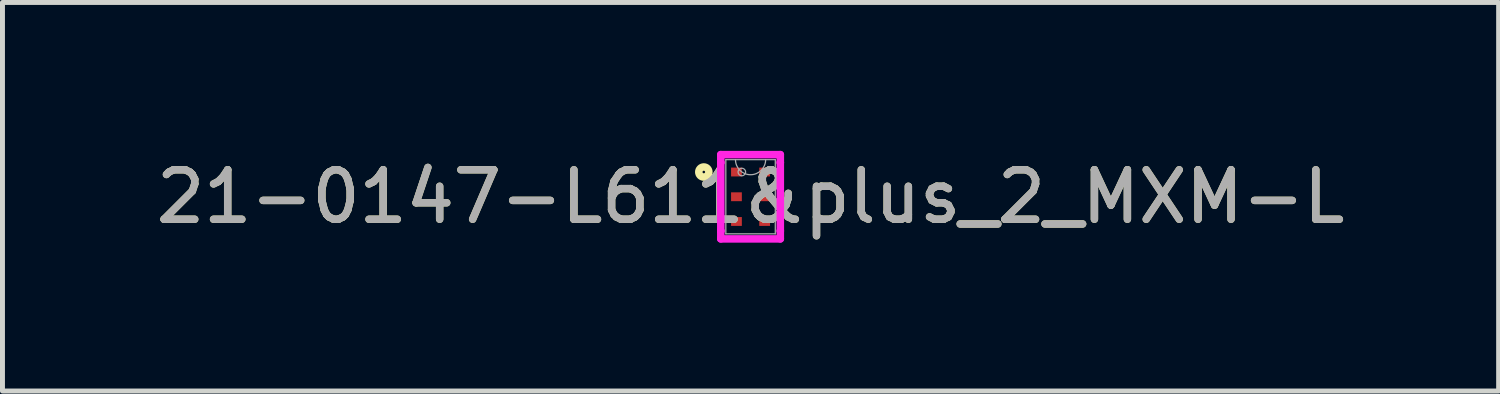
<source format=kicad_pcb>
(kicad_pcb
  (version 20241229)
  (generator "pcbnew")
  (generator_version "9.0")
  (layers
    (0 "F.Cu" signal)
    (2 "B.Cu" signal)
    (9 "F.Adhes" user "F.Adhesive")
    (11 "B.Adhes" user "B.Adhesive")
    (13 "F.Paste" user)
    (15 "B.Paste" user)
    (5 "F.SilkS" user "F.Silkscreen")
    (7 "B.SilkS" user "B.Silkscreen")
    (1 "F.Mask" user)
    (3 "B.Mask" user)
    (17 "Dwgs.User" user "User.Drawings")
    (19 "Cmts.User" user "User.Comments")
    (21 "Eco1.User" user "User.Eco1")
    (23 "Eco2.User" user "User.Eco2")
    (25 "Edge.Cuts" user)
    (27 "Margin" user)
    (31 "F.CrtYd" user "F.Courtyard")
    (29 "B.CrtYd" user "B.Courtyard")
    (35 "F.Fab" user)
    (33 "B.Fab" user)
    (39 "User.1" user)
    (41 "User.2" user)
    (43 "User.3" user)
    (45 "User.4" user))
  (footprint "21-0147-L611&plus_2_MXM-L"
    (layer "F.Cu")
    (at 12.125 0.928)
    (property "Reference" "21-0147-L611&plus_2_MXM-L" (at 0 0 0) (unlocked yes) (layer "F.SilkS") (effects (font (size 1 1) (thickness 0.15))))
    (attr smd)
    (fp_circle (center -0.945 -0.5) (end -0.843 -0.5) (stroke (width 0.152) (type solid)) (fill no) (layer "F.SilkS"))
    (fp_line (start -0.602 -0.852) (end 0.602 -0.852) (stroke (width 0.152) (type solid)) (layer "F.CrtYd"))
    (fp_line (start -0.602 -0.691) (end -0.602 -0.852) (stroke (width 0.152) (type solid)) (layer "F.CrtYd"))
    (fp_line (start -0.602 -0.691) (end -0.602 -0.691) (stroke (width 0.152) (type solid)) (layer "F.CrtYd"))
    (fp_line (start -0.602 0.691) (end -0.602 -0.691) (stroke (width 0.152) (type solid)) (layer "F.CrtYd"))
    (fp_line (start -0.602 0.691) (end -0.602 0.691) (stroke (width 0.152) (type solid)) (layer "F.CrtYd"))
    (fp_line (start -0.602 0.852) (end -0.602 0.691) (stroke (width 0.152) (type solid)) (layer "F.CrtYd"))
    (fp_line (start 0.602 -0.852) (end 0.602 -0.691) (stroke (width 0.152) (type solid)) (layer "F.CrtYd"))
    (fp_line (start 0.602 -0.691) (end 0.602 -0.691) (stroke (width 0.152) (type solid)) (layer "F.CrtYd"))
    (fp_line (start 0.602 -0.691) (end 0.602 0.691) (stroke (width 0.152) (type solid)) (layer "F.CrtYd"))
    (fp_line (start 0.602 0.691) (end 0.602 0.691) (stroke (width 0.152) (type solid)) (layer "F.CrtYd"))
    (fp_line (start 0.602 0.691) (end 0.602 0.852) (stroke (width 0.152) (type solid)) (layer "F.CrtYd"))
    (fp_line (start 0.602 0.852) (end -0.602 0.852) (stroke (width 0.152) (type solid)) (layer "F.CrtYd"))
    (fp_line (start -0.5 -0.75) (end -0.5 0.75) (stroke (width 0.025) (type solid)) (layer "F.Fab"))
    (fp_line (start -0.5 0.75) (end 0.5 0.75) (stroke (width 0.025) (type solid)) (layer "F.Fab"))
    (fp_line (start 0.5 -0.75) (end -0.5 -0.75) (stroke (width 0.025) (type solid)) (layer "F.Fab"))
    (fp_line (start 0.5 0.75) (end 0.5 -0.75) (stroke (width 0.025) (type solid)) (layer "F.Fab"))
    (fp_arc (start 0.3048 -0.75) (mid 0 -0.4452) (end -0.3048 -0.75) (stroke (width 0.0254) (type solid)) (layer "F.Fab"))
    (fp_circle (center -0.176 -0.5) (end -0.1 -0.5) (stroke (width 0.025) (type solid)) (fill no) (layer "F.Fab"))
    (fp_text user "${REFERENCE}" (at 0 0 0) (unlocked yes) (layer "F.Fab") (effects (font (size 1 1) (thickness 0.15))))
    (pad "1" smd rect (at -0.285 -0.5) (size 0.218 0.179) (layers "F.Cu" "F.Mask" "F.Paste"))
    (pad "2" smd rect (at -0.285 0) (size 0.218 0.179) (layers "F.Cu" "F.Mask" "F.Paste"))
    (pad "3" smd rect (at -0.285 0.5) (size 0.218 0.179) (layers "F.Cu" "F.Mask" "F.Paste"))
    (pad "4" smd rect (at 0.285 0.5) (size 0.218 0.179) (layers "F.Cu" "F.Mask" "F.Paste"))
    (pad "5" smd rect (at 0.285 0) (size 0.218 0.179) (layers "F.Cu" "F.Mask" "F.Paste"))
    (pad "6" smd rect (at 0.285 -0.5) (size 0.218 0.179) (layers "F.Cu" "F.Mask" "F.Paste")))
  (gr_rect
    (start -3 -3)
    (end 27.25 4.856)
    (stroke (width 0.1) (type default))
    (fill no)
    (layer "Edge.Cuts")))
</source>
